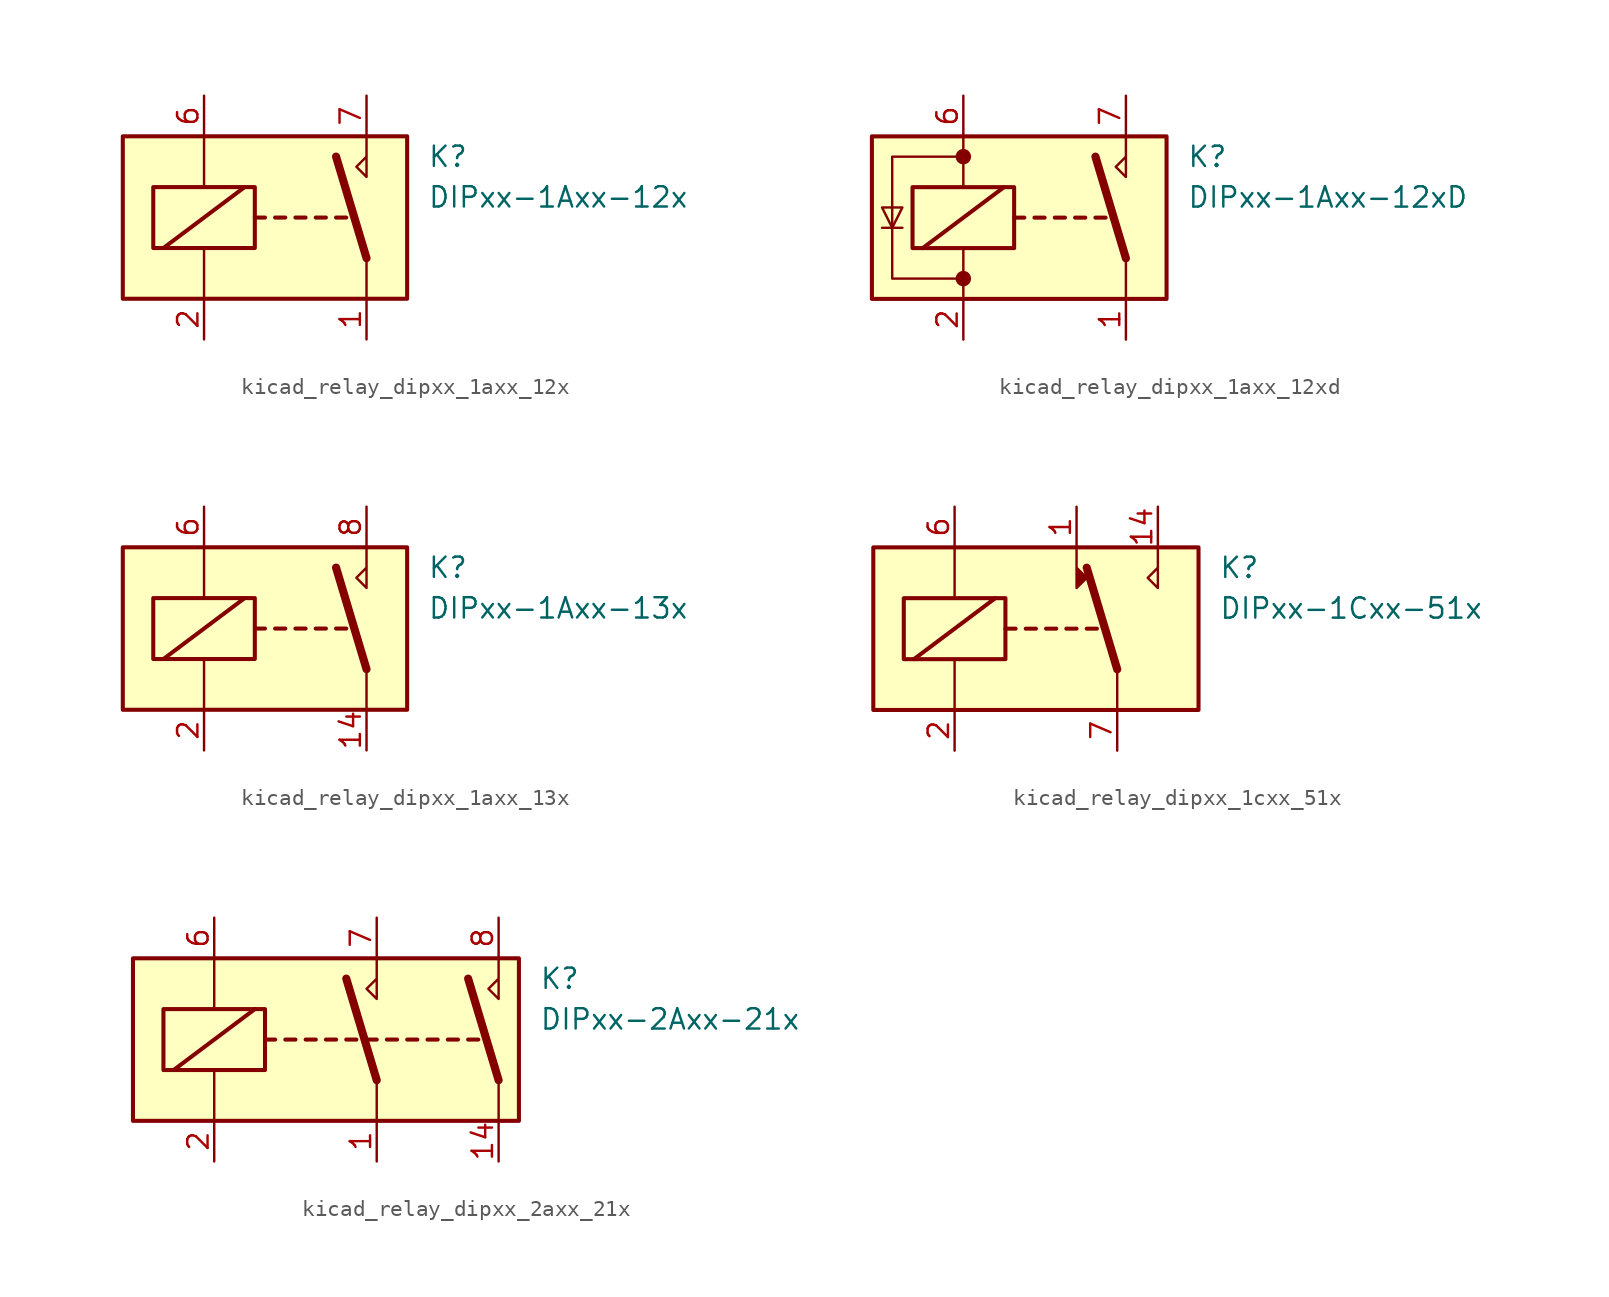
<source format=kicad_sym>
(kicad_symbol_lib
  (version 20220914)
  (generator kicad_symbol_editor)
  (symbol "kicad_relay_dipxx_1axx_12x"
    (property "Reference" "K"
      (at 8.89 3.81 0)
      (effects (font (size 1.27 1.27)) (justify left)))
    (property "Value" "DIPxx-1Axx-12x"
      (at 8.89 1.27 0)
      (effects (font (size 1.27 1.27)) (justify left)))
    (symbol "kicad_relay_dipxx_1axx_12x_0_0"
      (polyline (pts (xy 5.08 5.08) (xy 5.08 2.54) (xy 4.445 3.175) (xy 5.08 3.81)) (stroke (width 0) (type default)) (fill (type none))))
    (symbol "kicad_relay_dipxx_1axx_12x_0_1"
      (rectangle (start -10.16 5.08) (end 7.62 -5.08) (stroke (width 0.254) (type default)) (fill (type background)))
      (rectangle (start -8.255 1.905) (end -1.905 -1.905) (stroke (width 0.254) (type default)) (fill (type none)))
      (polyline (pts (xy -7.62 -1.905) (xy -2.54 1.905)) (stroke (width 0.254) (type default)) (fill (type none)))
      (polyline (pts (xy -5.08 -5.08) (xy -5.08 -1.905)) (stroke (width 0) (type default)) (fill (type none)))
      (polyline (pts (xy -5.08 5.08) (xy -5.08 1.905)) (stroke (width 0) (type default)) (fill (type none)))
      (polyline (pts (xy -1.905 0) (xy -1.27 0)) (stroke (width 0.254) (type default)) (fill (type none)))
      (polyline (pts (xy -0.635 0) (xy 0 0)) (stroke (width 0.254) (type default)) (fill (type none)))
      (polyline (pts (xy 0.635 0) (xy 1.27 0)) (stroke (width 0.254) (type default)) (fill (type none)))
      (polyline (pts (xy 1.905 0) (xy 2.54 0)) (stroke (width 0.254) (type default)) (fill (type none)))
      (polyline (pts (xy 3.175 0) (xy 3.81 0)) (stroke (width 0.254) (type default)) (fill (type none)))
      (polyline (pts (xy 5.08 -2.54) (xy 3.175 3.81)) (stroke (width 0.508) (type default)) (fill (type none)))
      (polyline (pts (xy 5.08 -2.54) (xy 5.08 -5.08)) (stroke (width 0) (type default)) (fill (type none))))
    (symbol "kicad_relay_dipxx_1axx_12x_1_1"
      (pin passive line (at 5.08 -7.62 90) (length 2.54) (name "~" (effects (font (size 1.27 1.27)))) (number "1" (effects (font (size 1.27 1.27)))))
      (pin passive line (at -5.08 -7.62 90) (length 2.54) hide (name "~" (effects (font (size 1.27 1.27)))) (number "13" (effects (font (size 1.27 1.27)))))
      (pin passive line (at 5.08 -7.62 90) (length 2.54) hide (name "~" (effects (font (size 1.27 1.27)))) (number "14" (effects (font (size 1.27 1.27)))))
      (pin passive line (at -5.08 -7.62 90) (length 2.54) (name "~" (effects (font (size 1.27 1.27)))) (number "2" (effects (font (size 1.27 1.27)))))
      (pin passive line (at -5.08 7.62 270) (length 2.54) (name "~" (effects (font (size 1.27 1.27)))) (number "6" (effects (font (size 1.27 1.27)))))
      (pin passive line (at 5.08 7.62 270) (length 2.54) (name "~" (effects (font (size 1.27 1.27)))) (number "7" (effects (font (size 1.27 1.27)))))
      (pin passive line (at 5.08 7.62 270) (length 2.54) hide (name "~" (effects (font (size 1.27 1.27)))) (number "8" (effects (font (size 1.27 1.27)))))))
  (symbol "kicad_relay_dipxx_1axx_12xd"
    (property "Reference" "K"
      (at 8.89 3.81 0)
      (effects (font (size 1.27 1.27)) (justify left)))
    (property "Value" "DIPxx-1Axx-12xD"
      (at 8.89 1.27 0)
      (effects (font (size 1.27 1.27)) (justify left)))
    (symbol "kicad_relay_dipxx_1axx_12xd_0_0"
      (polyline (pts (xy 5.08 5.08) (xy 5.08 2.54) (xy 4.445 3.175) (xy 5.08 3.81)) (stroke (width 0) (type default)) (fill (type none))))
    (symbol "kicad_relay_dipxx_1axx_12xd_0_1"
      (rectangle (start -10.795 5.08) (end 7.62 -5.08) (stroke (width 0.254) (type default)) (fill (type background)))
      (rectangle (start -8.255 1.905) (end -1.905 -1.905) (stroke (width 0.254) (type default)) (fill (type none)))
      (circle (center -5.08 -3.81) (radius 0.406) (stroke (width 0) (type default)) (fill (type outline)))
      (circle (center -5.08 3.81) (radius 0.406) (stroke (width 0) (type default)) (fill (type outline)))
      (polyline (pts (xy -10.16 -0.635) (xy -8.89 -0.635)) (stroke (width 0) (type default)) (fill (type none)))
      (polyline (pts (xy -7.62 -1.905) (xy -2.54 1.905)) (stroke (width 0.254) (type default)) (fill (type none)))
      (polyline (pts (xy -5.08 -5.08) (xy -5.08 -1.905)) (stroke (width 0) (type default)) (fill (type none)))
      (polyline (pts (xy -5.08 5.08) (xy -5.08 1.905)) (stroke (width 0) (type default)) (fill (type none)))
      (polyline (pts (xy -1.905 0) (xy -1.27 0)) (stroke (width 0.254) (type default)) (fill (type none)))
      (polyline (pts (xy -0.635 0) (xy 0 0)) (stroke (width 0.254) (type default)) (fill (type none)))
      (polyline (pts (xy 0.635 0) (xy 1.27 0)) (stroke (width 0.254) (type default)) (fill (type none)))
      (polyline (pts (xy 1.905 0) (xy 2.54 0)) (stroke (width 0.254) (type default)) (fill (type none)))
      (polyline (pts (xy 3.175 0) (xy 3.81 0)) (stroke (width 0.254) (type default)) (fill (type none)))
      (polyline (pts (xy 5.08 -2.54) (xy 3.175 3.81)) (stroke (width 0.508) (type default)) (fill (type none)))
      (polyline (pts (xy 5.08 -2.54) (xy 5.08 -5.08)) (stroke (width 0) (type default)) (fill (type none)))
      (polyline (pts (xy -9.525 -0.635) (xy -8.89 0.635) (xy -10.16 0.635) (xy -9.525 -0.635)) (stroke (width 0) (type default)) (fill (type none)))
      (polyline (pts (xy -5.08 -3.81) (xy -9.525 -3.81) (xy -9.525 3.81) (xy -5.08 3.81)) (stroke (width 0) (type default)) (fill (type none))))
    (symbol "kicad_relay_dipxx_1axx_12xd_1_1"
      (pin passive line (at 5.08 -7.62 90) (length 2.54) (name "~" (effects (font (size 1.27 1.27)))) (number "1" (effects (font (size 1.27 1.27)))))
      (pin passive line (at -5.08 -7.62 90) (length 2.54) hide (name "~" (effects (font (size 1.27 1.27)))) (number "13" (effects (font (size 1.27 1.27)))))
      (pin passive line (at 5.08 -7.62 90) (length 2.54) hide (name "~" (effects (font (size 1.27 1.27)))) (number "14" (effects (font (size 1.27 1.27)))))
      (pin passive line (at -5.08 -7.62 90) (length 2.54) (name "~" (effects (font (size 1.27 1.27)))) (number "2" (effects (font (size 1.27 1.27)))))
      (pin passive line (at -5.08 7.62 270) (length 2.54) (name "~" (effects (font (size 1.27 1.27)))) (number "6" (effects (font (size 1.27 1.27)))))
      (pin passive line (at 5.08 7.62 270) (length 2.54) (name "~" (effects (font (size 1.27 1.27)))) (number "7" (effects (font (size 1.27 1.27)))))
      (pin passive line (at 5.08 7.62 270) (length 2.54) hide (name "~" (effects (font (size 1.27 1.27)))) (number "8" (effects (font (size 1.27 1.27)))))))
  (symbol "kicad_relay_dipxx_1axx_13x"
    (property "Reference" "K"
      (at 8.89 3.81 0)
      (effects (font (size 1.27 1.27)) (justify left)))
    (property "Value" "DIPxx-1Axx-13x"
      (at 8.89 1.27 0)
      (effects (font (size 1.27 1.27)) (justify left)))
    (symbol "kicad_relay_dipxx_1axx_13x_0_0"
      (polyline (pts (xy 5.08 5.08) (xy 5.08 2.54) (xy 4.445 3.175) (xy 5.08 3.81)) (stroke (width 0) (type default)) (fill (type none))))
    (symbol "kicad_relay_dipxx_1axx_13x_0_1"
      (rectangle (start -10.16 5.08) (end 7.62 -5.08) (stroke (width 0.254) (type default)) (fill (type background)))
      (rectangle (start -8.255 1.905) (end -1.905 -1.905) (stroke (width 0.254) (type default)) (fill (type none)))
      (polyline (pts (xy -7.62 -1.905) (xy -2.54 1.905)) (stroke (width 0.254) (type default)) (fill (type none)))
      (polyline (pts (xy -5.08 -5.08) (xy -5.08 -1.905)) (stroke (width 0) (type default)) (fill (type none)))
      (polyline (pts (xy -5.08 5.08) (xy -5.08 1.905)) (stroke (width 0) (type default)) (fill (type none)))
      (polyline (pts (xy -1.905 0) (xy -1.27 0)) (stroke (width 0.254) (type default)) (fill (type none)))
      (polyline (pts (xy -0.635 0) (xy 0 0)) (stroke (width 0.254) (type default)) (fill (type none)))
      (polyline (pts (xy 0.635 0) (xy 1.27 0)) (stroke (width 0.254) (type default)) (fill (type none)))
      (polyline (pts (xy 1.905 0) (xy 2.54 0)) (stroke (width 0.254) (type default)) (fill (type none)))
      (polyline (pts (xy 3.175 0) (xy 3.81 0)) (stroke (width 0.254) (type default)) (fill (type none)))
      (polyline (pts (xy 5.08 -2.54) (xy 3.175 3.81)) (stroke (width 0.508) (type default)) (fill (type none)))
      (polyline (pts (xy 5.08 -2.54) (xy 5.08 -5.08)) (stroke (width 0) (type default)) (fill (type none))))
    (symbol "kicad_relay_dipxx_1axx_13x_1_1"
      (pin passive line (at 5.08 -7.62 90) (length 2.54) (name "~" (effects (font (size 1.27 1.27)))) (number "14" (effects (font (size 1.27 1.27)))))
      (pin passive line (at -5.08 -7.62 90) (length 2.54) (name "~" (effects (font (size 1.27 1.27)))) (number "2" (effects (font (size 1.27 1.27)))))
      (pin passive line (at -5.08 7.62 270) (length 2.54) (name "~" (effects (font (size 1.27 1.27)))) (number "6" (effects (font (size 1.27 1.27)))))
      (pin passive line (at 5.08 7.62 270) (length 2.54) (name "~" (effects (font (size 1.27 1.27)))) (number "8" (effects (font (size 1.27 1.27)))))))
  (symbol "kicad_relay_dipxx_1cxx_51x"
    (property "Reference" "K"
      (at 11.43 3.81 0)
      (effects (font (size 1.27 1.27)) (justify left)))
    (property "Value" "DIPxx-1Cxx-51x"
      (at 11.43 1.27 0)
      (effects (font (size 1.27 1.27)) (justify left)))
    (symbol "kicad_relay_dipxx_1cxx_51x_0_0"
      (polyline (pts (xy 2.54 5.08) (xy 2.54 2.54) (xy 3.175 3.175) (xy 2.54 3.81)) (stroke (width 0) (type default)) (fill (type outline)))
      (polyline (pts (xy 7.62 5.08) (xy 7.62 2.54) (xy 6.985 3.175) (xy 7.62 3.81)) (stroke (width 0) (type default)) (fill (type none))))
    (symbol "kicad_relay_dipxx_1cxx_51x_0_1"
      (rectangle (start -10.16 5.08) (end 10.16 -5.08) (stroke (width 0.254) (type default)) (fill (type background)))
      (rectangle (start -8.255 1.905) (end -1.905 -1.905) (stroke (width 0.254) (type default)) (fill (type none)))
      (polyline (pts (xy -7.62 -1.905) (xy -2.54 1.905)) (stroke (width 0.254) (type default)) (fill (type none)))
      (polyline (pts (xy -5.08 -5.08) (xy -5.08 -1.905)) (stroke (width 0) (type default)) (fill (type none)))
      (polyline (pts (xy -5.08 5.08) (xy -5.08 1.905)) (stroke (width 0) (type default)) (fill (type none)))
      (polyline (pts (xy -1.905 0) (xy -1.27 0)) (stroke (width 0.254) (type default)) (fill (type none)))
      (polyline (pts (xy -0.635 0) (xy 0 0)) (stroke (width 0.254) (type default)) (fill (type none)))
      (polyline (pts (xy 0.635 0) (xy 1.27 0)) (stroke (width 0.254) (type default)) (fill (type none)))
      (polyline (pts (xy 1.905 0) (xy 2.54 0)) (stroke (width 0.254) (type default)) (fill (type none)))
      (polyline (pts (xy 3.175 0) (xy 3.81 0)) (stroke (width 0.254) (type default)) (fill (type none)))
      (polyline (pts (xy 5.08 -2.54) (xy 3.175 3.81)) (stroke (width 0.508) (type default)) (fill (type none)))
      (polyline (pts (xy 5.08 -2.54) (xy 5.08 -5.08)) (stroke (width 0) (type default)) (fill (type none))))
    (symbol "kicad_relay_dipxx_1cxx_51x_1_1"
      (pin passive line (at 2.54 7.62 270) (length 2.54) (name "~" (effects (font (size 1.27 1.27)))) (number "1" (effects (font (size 1.27 1.27)))))
      (pin passive line (at 7.62 7.62 270) (length 2.54) (name "~" (effects (font (size 1.27 1.27)))) (number "14" (effects (font (size 1.27 1.27)))))
      (pin passive line (at -5.08 -7.62 90) (length 2.54) (name "~" (effects (font (size 1.27 1.27)))) (number "2" (effects (font (size 1.27 1.27)))))
      (pin passive line (at -5.08 7.62 270) (length 2.54) (name "~" (effects (font (size 1.27 1.27)))) (number "6" (effects (font (size 1.27 1.27)))))
      (pin passive line (at 5.08 -7.62 90) (length 2.54) (name "~" (effects (font (size 1.27 1.27)))) (number "7" (effects (font (size 1.27 1.27)))))
      (pin passive line (at 5.08 -7.62 90) (length 2.54) hide (name "~" (effects (font (size 1.27 1.27)))) (number "8" (effects (font (size 1.27 1.27)))))))
  (symbol "kicad_relay_dipxx_2axx_21x"
    (property "Reference" "K"
      (at 12.7 3.81 0)
      (effects (font (size 1.27 1.27)) (justify left)))
    (property "Value" "DIPxx-2Axx-21x"
      (at 12.7 1.27 0)
      (effects (font (size 1.27 1.27)) (justify left)))
    (symbol "kicad_relay_dipxx_2axx_21x_0_0"
      (polyline (pts (xy 2.54 5.08) (xy 2.54 2.54) (xy 1.905 3.175) (xy 2.54 3.81)) (stroke (width 0) (type default)) (fill (type none)))
      (polyline (pts (xy 10.16 5.08) (xy 10.16 2.54) (xy 9.525 3.175) (xy 10.16 3.81)) (stroke (width 0) (type default)) (fill (type none))))
    (symbol "kicad_relay_dipxx_2axx_21x_0_1"
      (rectangle (start -12.7 5.08) (end 11.43 -5.08) (stroke (width 0.254) (type default)) (fill (type background)))
      (rectangle (start -10.795 1.905) (end -4.445 -1.905) (stroke (width 0.254) (type default)) (fill (type none)))
      (polyline (pts (xy -10.16 -1.905) (xy -5.08 1.905)) (stroke (width 0.254) (type default)) (fill (type none)))
      (polyline (pts (xy -7.62 -5.08) (xy -7.62 -1.905)) (stroke (width 0) (type default)) (fill (type none)))
      (polyline (pts (xy -7.62 5.08) (xy -7.62 1.905)) (stroke (width 0) (type default)) (fill (type none)))
      (polyline (pts (xy -4.445 0) (xy -3.81 0)) (stroke (width 0.254) (type default)) (fill (type none)))
      (polyline (pts (xy -3.175 0) (xy -2.54 0)) (stroke (width 0.254) (type default)) (fill (type none)))
      (polyline (pts (xy -1.905 0) (xy -1.27 0)) (stroke (width 0.254) (type default)) (fill (type none)))
      (polyline (pts (xy -0.635 0) (xy 0 0)) (stroke (width 0.254) (type default)) (fill (type none)))
      (polyline (pts (xy 0.635 0) (xy 1.27 0)) (stroke (width 0.254) (type default)) (fill (type none)))
      (polyline (pts (xy 1.905 0) (xy 2.54 0)) (stroke (width 0.254) (type default)) (fill (type none)))
      (polyline (pts (xy 2.54 -2.54) (xy 0.635 3.81)) (stroke (width 0.508) (type default)) (fill (type none)))
      (polyline (pts (xy 2.54 -2.54) (xy 2.54 -5.08)) (stroke (width 0) (type default)) (fill (type none)))
      (polyline (pts (xy 3.175 0) (xy 3.81 0)) (stroke (width 0.254) (type default)) (fill (type none)))
      (polyline (pts (xy 4.445 0) (xy 5.08 0)) (stroke (width 0.254) (type default)) (fill (type none)))
      (polyline (pts (xy 5.715 0) (xy 6.35 0)) (stroke (width 0.254) (type default)) (fill (type none)))
      (polyline (pts (xy 6.985 0) (xy 7.62 0)) (stroke (width 0.254) (type default)) (fill (type none)))
      (polyline (pts (xy 8.255 0) (xy 8.89 0)) (stroke (width 0.254) (type default)) (fill (type none)))
      (polyline (pts (xy 10.16 -2.54) (xy 8.255 3.81)) (stroke (width 0.508) (type default)) (fill (type none)))
      (polyline (pts (xy 10.16 -2.54) (xy 10.16 -5.08)) (stroke (width 0) (type default)) (fill (type none))))
    (symbol "kicad_relay_dipxx_2axx_21x_1_1"
      (pin passive line (at 2.54 -7.62 90) (length 2.54) (name "~" (effects (font (size 1.27 1.27)))) (number "1" (effects (font (size 1.27 1.27)))))
      (pin passive line (at 10.16 -7.62 90) (length 2.54) (name "~" (effects (font (size 1.27 1.27)))) (number "14" (effects (font (size 1.27 1.27)))))
      (pin passive line (at -7.62 -7.62 90) (length 2.54) (name "~" (effects (font (size 1.27 1.27)))) (number "2" (effects (font (size 1.27 1.27)))))
      (pin passive line (at -7.62 7.62 270) (length 2.54) (name "~" (effects (font (size 1.27 1.27)))) (number "6" (effects (font (size 1.27 1.27)))))
      (pin passive line (at 2.54 7.62 270) (length 2.54) (name "~" (effects (font (size 1.27 1.27)))) (number "7" (effects (font (size 1.27 1.27)))))
      (pin passive line (at 10.16 7.62 270) (length 2.54) (name "~" (effects (font (size 1.27 1.27)))) (number "8" (effects (font (size 1.27 1.27))))))))
</source>
